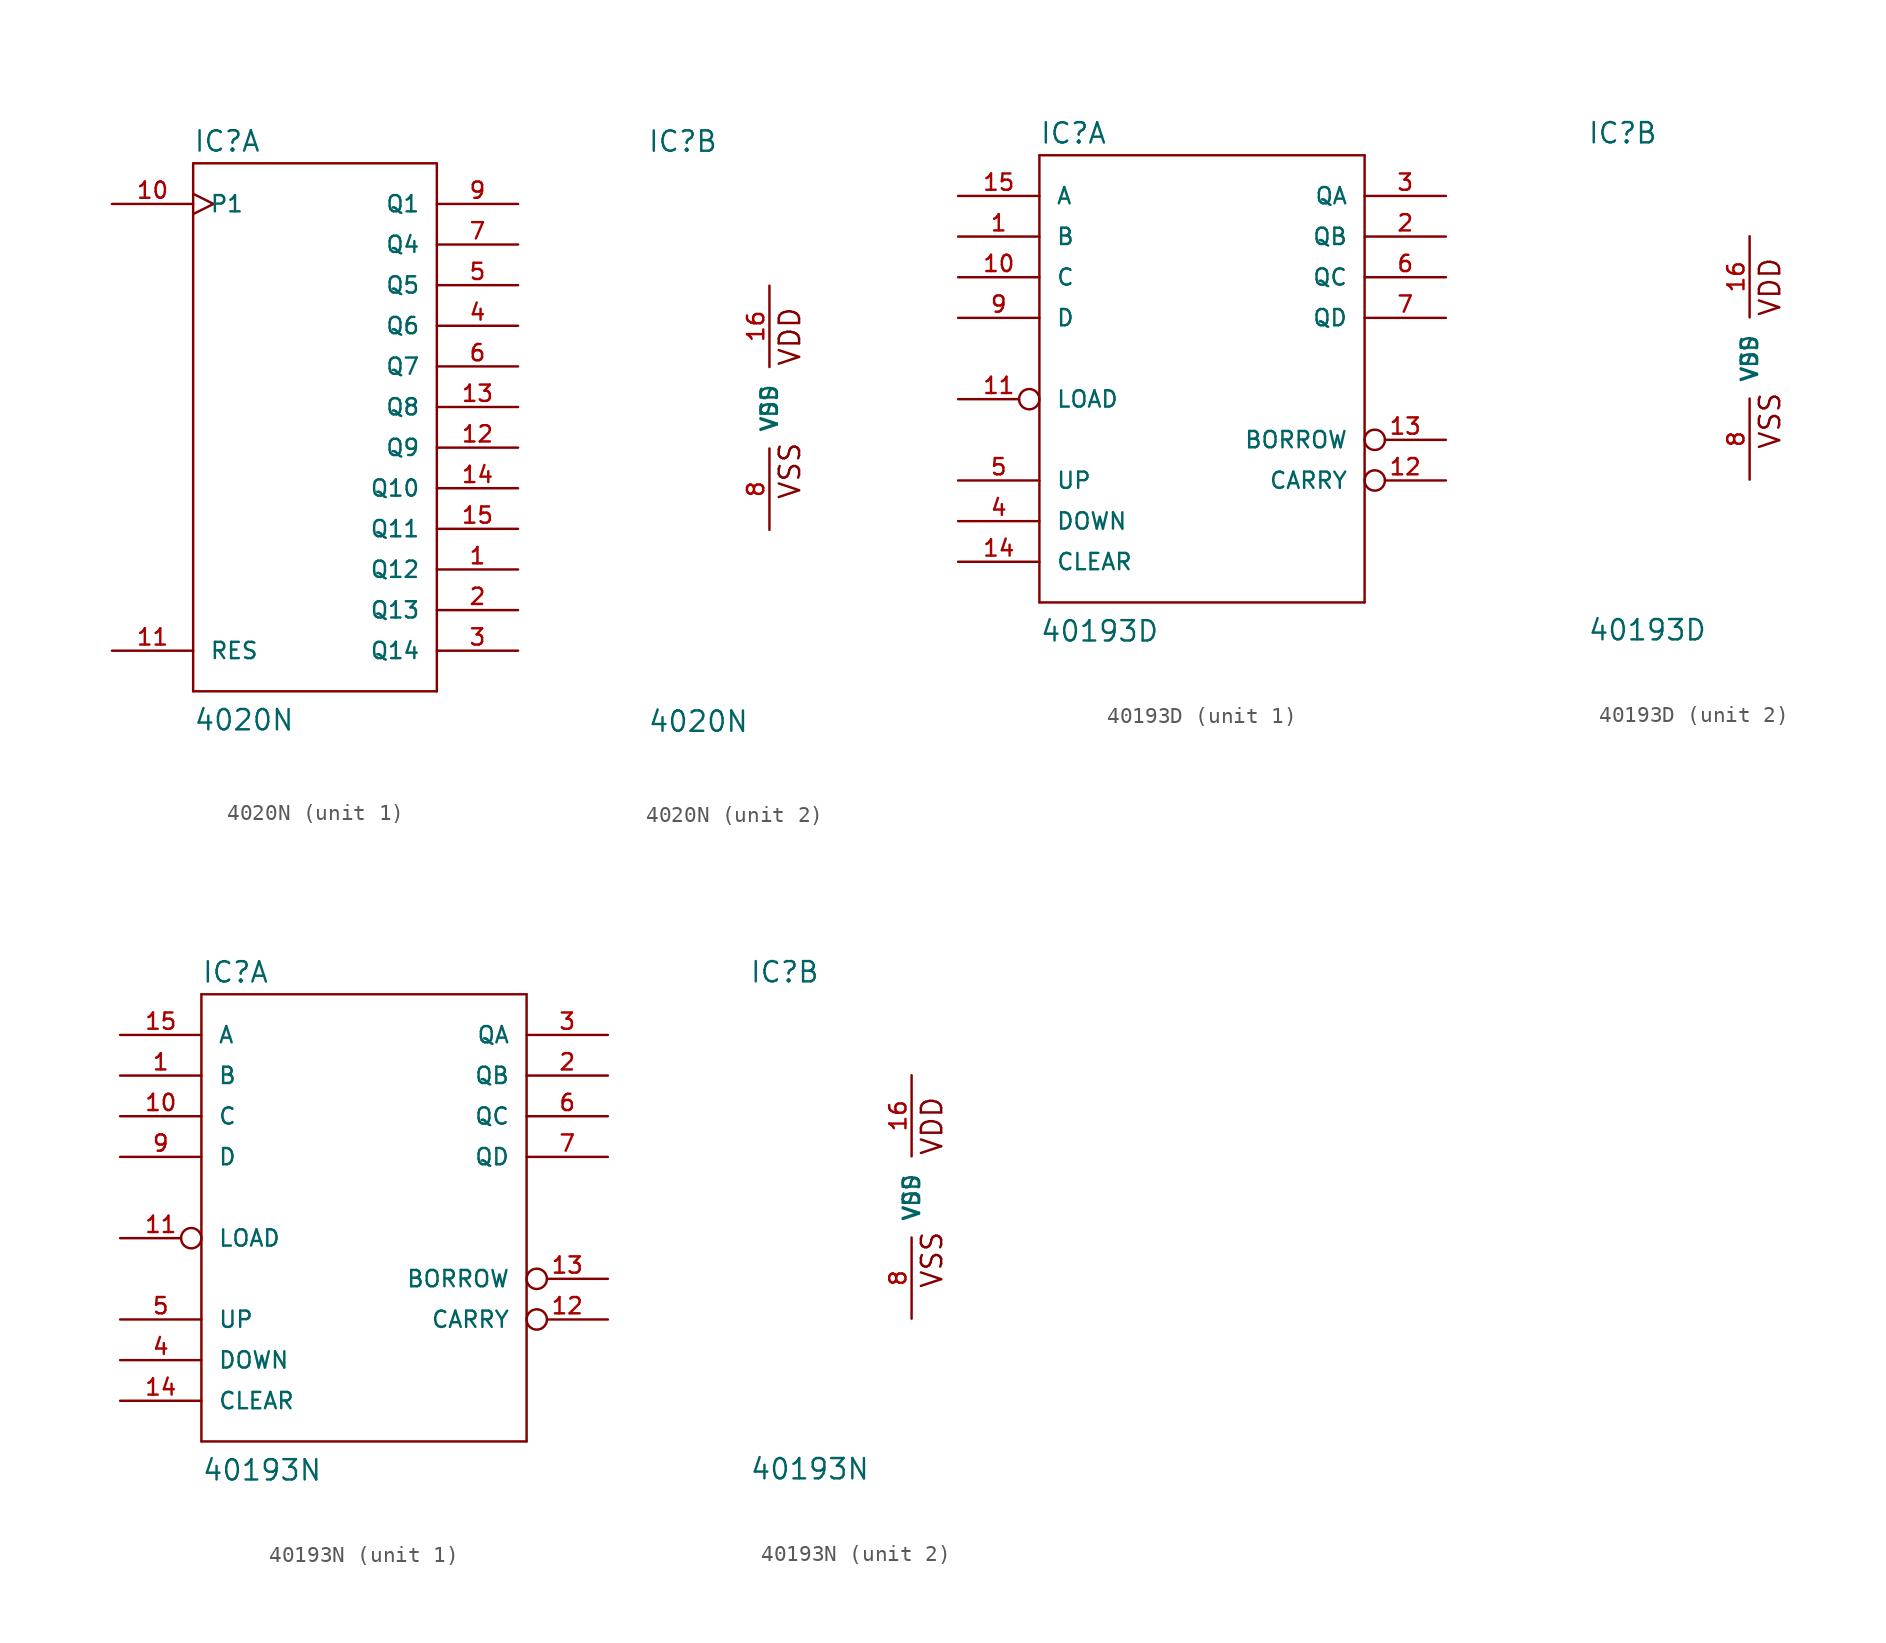
<source format=kicad_sym>
(kicad_symbol_lib
  (version 20211014)
  (generator kicad_symbol_editor)
  (symbol "4020N"
    (pin_names
      (offset 1.016))
    (property "Reference" "IC"
      (at -7.62 15.875 0)
      (effects (font (size 1.27 1.27)) (justify left bottom)))
    (property "Value" "4020N"
      (at -7.62 -20.32 0)
      (effects (font (size 1.27 1.27)) (justify left bottom)))
    (property "ki_locked" ""
      (at 0 0 0)
      (effects (font (size 1.27 1.27))))
    (symbol "4020N_1_0"
      (polyline (pts (xy -7.62 -17.78) (xy 7.62 -17.78)) (stroke (width 0) (type default) (color 0 0 0 0)) (fill (type none)))
      (polyline (pts (xy -7.62 15.24) (xy -7.62 -17.78)) (stroke (width 0) (type default) (color 0 0 0 0)) (fill (type none)))
      (polyline (pts (xy 7.62 -17.78) (xy 7.62 15.24)) (stroke (width 0) (type default) (color 0 0 0 0)) (fill (type none)))
      (polyline (pts (xy 7.62 15.24) (xy -7.62 15.24)) (stroke (width 0) (type default) (color 0 0 0 0)) (fill (type none))))
    (symbol "4020N_1_1"
      (pin output line (at 12.7 -10.16 180) (length 5.08) (name "Q12" (effects (font (size 1.016 1.016)))) (number "1" (effects (font (size 1.016 1.016)))))
      (pin input clock (at -12.7 12.7 0) (length 5.08) (name "P1" (effects (font (size 1.016 1.016)))) (number "10" (effects (font (size 1.016 1.016)))))
      (pin input line (at -12.7 -15.24 0) (length 5.08) (name "RES" (effects (font (size 1.016 1.016)))) (number "11" (effects (font (size 1.016 1.016)))))
      (pin output line (at 12.7 -2.54 180) (length 5.08) (name "Q9" (effects (font (size 1.016 1.016)))) (number "12" (effects (font (size 1.016 1.016)))))
      (pin output line (at 12.7 0 180) (length 5.08) (name "Q8" (effects (font (size 1.016 1.016)))) (number "13" (effects (font (size 1.016 1.016)))))
      (pin output line (at 12.7 -5.08 180) (length 5.08) (name "Q10" (effects (font (size 1.016 1.016)))) (number "14" (effects (font (size 1.016 1.016)))))
      (pin output line (at 12.7 -7.62 180) (length 5.08) (name "Q11" (effects (font (size 1.016 1.016)))) (number "15" (effects (font (size 1.016 1.016)))))
      (pin output line (at 12.7 -12.7 180) (length 5.08) (name "Q13" (effects (font (size 1.016 1.016)))) (number "2" (effects (font (size 1.016 1.016)))))
      (pin output line (at 12.7 -15.24 180) (length 5.08) (name "Q14" (effects (font (size 1.016 1.016)))) (number "3" (effects (font (size 1.016 1.016)))))
      (pin output line (at 12.7 5.08 180) (length 5.08) (name "Q6" (effects (font (size 1.016 1.016)))) (number "4" (effects (font (size 1.016 1.016)))))
      (pin output line (at 12.7 7.62 180) (length 5.08) (name "Q5" (effects (font (size 1.016 1.016)))) (number "5" (effects (font (size 1.016 1.016)))))
      (pin output line (at 12.7 2.54 180) (length 5.08) (name "Q7" (effects (font (size 1.016 1.016)))) (number "6" (effects (font (size 1.016 1.016)))))
      (pin output line (at 12.7 10.16 180) (length 5.08) (name "Q4" (effects (font (size 1.016 1.016)))) (number "7" (effects (font (size 1.016 1.016)))))
      (pin output line (at 12.7 12.7 180) (length 5.08) (name "Q1" (effects (font (size 1.016 1.016)))) (number "9" (effects (font (size 1.016 1.016))))))
    (symbol "4020N_2_0"
      (text "VDD" (at 1.27 4.445 1) (effects (font (size 1.27 1.27))))
      (text "VSS" (at 1.27 -3.937 1) (effects (font (size 1.27 1.27)))))
    (symbol "4020N_2_1"
      (pin power_in line (at 0 7.62 270) (length 5.08) (name "VDD" (effects (font (size 1.016 1.016)))) (number "16" (effects (font (size 1.016 1.016)))))
      (pin power_in line (at 0 -7.62 90) (length 5.08) (name "VSS" (effects (font (size 1.016 1.016)))) (number "8" (effects (font (size 1.016 1.016)))))))
  (symbol "40193D"
    (pin_names
      (offset 1.016))
    (property "Reference" "IC"
      (at -10.16 13.335 0)
      (effects (font (size 1.27 1.27)) (justify left bottom)))
    (property "Value" "40193D"
      (at -10.16 -17.78 0)
      (effects (font (size 1.27 1.27)) (justify left bottom)))
    (property "ki_locked" ""
      (at 0 0 0)
      (effects (font (size 1.27 1.27))))
    (symbol "40193D_1_0"
      (polyline (pts (xy -10.16 -15.24) (xy 10.16 -15.24)) (stroke (width 0) (type default) (color 0 0 0 0)) (fill (type none)))
      (polyline (pts (xy -10.16 12.7) (xy -10.16 -15.24)) (stroke (width 0) (type default) (color 0 0 0 0)) (fill (type none)))
      (polyline (pts (xy 10.16 -15.24) (xy 10.16 12.7)) (stroke (width 0) (type default) (color 0 0 0 0)) (fill (type none)))
      (polyline (pts (xy 10.16 12.7) (xy -10.16 12.7)) (stroke (width 0) (type default) (color 0 0 0 0)) (fill (type none))))
    (symbol "40193D_1_1"
      (pin input line (at -15.24 7.62 0) (length 5.08) (name "B" (effects (font (size 1.016 1.016)))) (number "1" (effects (font (size 1.016 1.016)))))
      (pin input line (at -15.24 5.08 0) (length 5.08) (name "C" (effects (font (size 1.016 1.016)))) (number "10" (effects (font (size 1.016 1.016)))))
      (pin input inverted (at -15.24 -2.54 0) (length 5.08) (name "LOAD" (effects (font (size 1.016 1.016)))) (number "11" (effects (font (size 1.016 1.016)))))
      (pin output inverted (at 15.24 -7.62 180) (length 5.08) (name "CARRY" (effects (font (size 1.016 1.016)))) (number "12" (effects (font (size 1.016 1.016)))))
      (pin output inverted (at 15.24 -5.08 180) (length 5.08) (name "BORROW" (effects (font (size 1.016 1.016)))) (number "13" (effects (font (size 1.016 1.016)))))
      (pin input line (at -15.24 -12.7 0) (length 5.08) (name "CLEAR" (effects (font (size 1.016 1.016)))) (number "14" (effects (font (size 1.016 1.016)))))
      (pin input line (at -15.24 10.16 0) (length 5.08) (name "A" (effects (font (size 1.016 1.016)))) (number "15" (effects (font (size 1.016 1.016)))))
      (pin output line (at 15.24 7.62 180) (length 5.08) (name "QB" (effects (font (size 1.016 1.016)))) (number "2" (effects (font (size 1.016 1.016)))))
      (pin output line (at 15.24 10.16 180) (length 5.08) (name "QA" (effects (font (size 1.016 1.016)))) (number "3" (effects (font (size 1.016 1.016)))))
      (pin input line (at -15.24 -10.16 0) (length 5.08) (name "DOWN" (effects (font (size 1.016 1.016)))) (number "4" (effects (font (size 1.016 1.016)))))
      (pin input line (at -15.24 -7.62 0) (length 5.08) (name "UP" (effects (font (size 1.016 1.016)))) (number "5" (effects (font (size 1.016 1.016)))))
      (pin output line (at 15.24 5.08 180) (length 5.08) (name "QC" (effects (font (size 1.016 1.016)))) (number "6" (effects (font (size 1.016 1.016)))))
      (pin output line (at 15.24 2.54 180) (length 5.08) (name "QD" (effects (font (size 1.016 1.016)))) (number "7" (effects (font (size 1.016 1.016)))))
      (pin input line (at -15.24 2.54 0) (length 5.08) (name "D" (effects (font (size 1.016 1.016)))) (number "9" (effects (font (size 1.016 1.016))))))
    (symbol "40193D_2_0"
      (text "VDD" (at 1.27 4.445 1) (effects (font (size 1.27 1.27))))
      (text "VSS" (at 1.27 -3.937 1) (effects (font (size 1.27 1.27)))))
    (symbol "40193D_2_1"
      (pin power_in line (at 0 7.62 270) (length 5.08) (name "VDD" (effects (font (size 1.016 1.016)))) (number "16" (effects (font (size 1.016 1.016)))))
      (pin power_in line (at 0 -7.62 90) (length 5.08) (name "VSS" (effects (font (size 1.016 1.016)))) (number "8" (effects (font (size 1.016 1.016)))))))
  (symbol "40193N"
    (pin_names
      (offset 1.016))
    (property "Reference" "IC"
      (at -10.16 13.335 0)
      (effects (font (size 1.27 1.27)) (justify left bottom)))
    (property "Value" "40193N"
      (at -10.16 -17.78 0)
      (effects (font (size 1.27 1.27)) (justify left bottom)))
    (property "ki_locked" ""
      (at 0 0 0)
      (effects (font (size 1.27 1.27))))
    (symbol "40193N_1_0"
      (polyline (pts (xy -10.16 -15.24) (xy 10.16 -15.24)) (stroke (width 0) (type default) (color 0 0 0 0)) (fill (type none)))
      (polyline (pts (xy -10.16 12.7) (xy -10.16 -15.24)) (stroke (width 0) (type default) (color 0 0 0 0)) (fill (type none)))
      (polyline (pts (xy 10.16 -15.24) (xy 10.16 12.7)) (stroke (width 0) (type default) (color 0 0 0 0)) (fill (type none)))
      (polyline (pts (xy 10.16 12.7) (xy -10.16 12.7)) (stroke (width 0) (type default) (color 0 0 0 0)) (fill (type none))))
    (symbol "40193N_1_1"
      (pin input line (at -15.24 7.62 0) (length 5.08) (name "B" (effects (font (size 1.016 1.016)))) (number "1" (effects (font (size 1.016 1.016)))))
      (pin input line (at -15.24 5.08 0) (length 5.08) (name "C" (effects (font (size 1.016 1.016)))) (number "10" (effects (font (size 1.016 1.016)))))
      (pin input inverted (at -15.24 -2.54 0) (length 5.08) (name "LOAD" (effects (font (size 1.016 1.016)))) (number "11" (effects (font (size 1.016 1.016)))))
      (pin output inverted (at 15.24 -7.62 180) (length 5.08) (name "CARRY" (effects (font (size 1.016 1.016)))) (number "12" (effects (font (size 1.016 1.016)))))
      (pin output inverted (at 15.24 -5.08 180) (length 5.08) (name "BORROW" (effects (font (size 1.016 1.016)))) (number "13" (effects (font (size 1.016 1.016)))))
      (pin input line (at -15.24 -12.7 0) (length 5.08) (name "CLEAR" (effects (font (size 1.016 1.016)))) (number "14" (effects (font (size 1.016 1.016)))))
      (pin input line (at -15.24 10.16 0) (length 5.08) (name "A" (effects (font (size 1.016 1.016)))) (number "15" (effects (font (size 1.016 1.016)))))
      (pin output line (at 15.24 7.62 180) (length 5.08) (name "QB" (effects (font (size 1.016 1.016)))) (number "2" (effects (font (size 1.016 1.016)))))
      (pin output line (at 15.24 10.16 180) (length 5.08) (name "QA" (effects (font (size 1.016 1.016)))) (number "3" (effects (font (size 1.016 1.016)))))
      (pin input line (at -15.24 -10.16 0) (length 5.08) (name "DOWN" (effects (font (size 1.016 1.016)))) (number "4" (effects (font (size 1.016 1.016)))))
      (pin input line (at -15.24 -7.62 0) (length 5.08) (name "UP" (effects (font (size 1.016 1.016)))) (number "5" (effects (font (size 1.016 1.016)))))
      (pin output line (at 15.24 5.08 180) (length 5.08) (name "QC" (effects (font (size 1.016 1.016)))) (number "6" (effects (font (size 1.016 1.016)))))
      (pin output line (at 15.24 2.54 180) (length 5.08) (name "QD" (effects (font (size 1.016 1.016)))) (number "7" (effects (font (size 1.016 1.016)))))
      (pin input line (at -15.24 2.54 0) (length 5.08) (name "D" (effects (font (size 1.016 1.016)))) (number "9" (effects (font (size 1.016 1.016))))))
    (symbol "40193N_2_0"
      (text "VDD" (at 1.27 4.445 1) (effects (font (size 1.27 1.27))))
      (text "VSS" (at 1.27 -3.937 1) (effects (font (size 1.27 1.27)))))
    (symbol "40193N_2_1"
      (pin power_in line (at 0 7.62 270) (length 5.08) (name "VDD" (effects (font (size 1.016 1.016)))) (number "16" (effects (font (size 1.016 1.016)))))
      (pin power_in line (at 0 -7.62 90) (length 5.08) (name "VSS" (effects (font (size 1.016 1.016)))) (number "8" (effects (font (size 1.016 1.016))))))))
</source>
